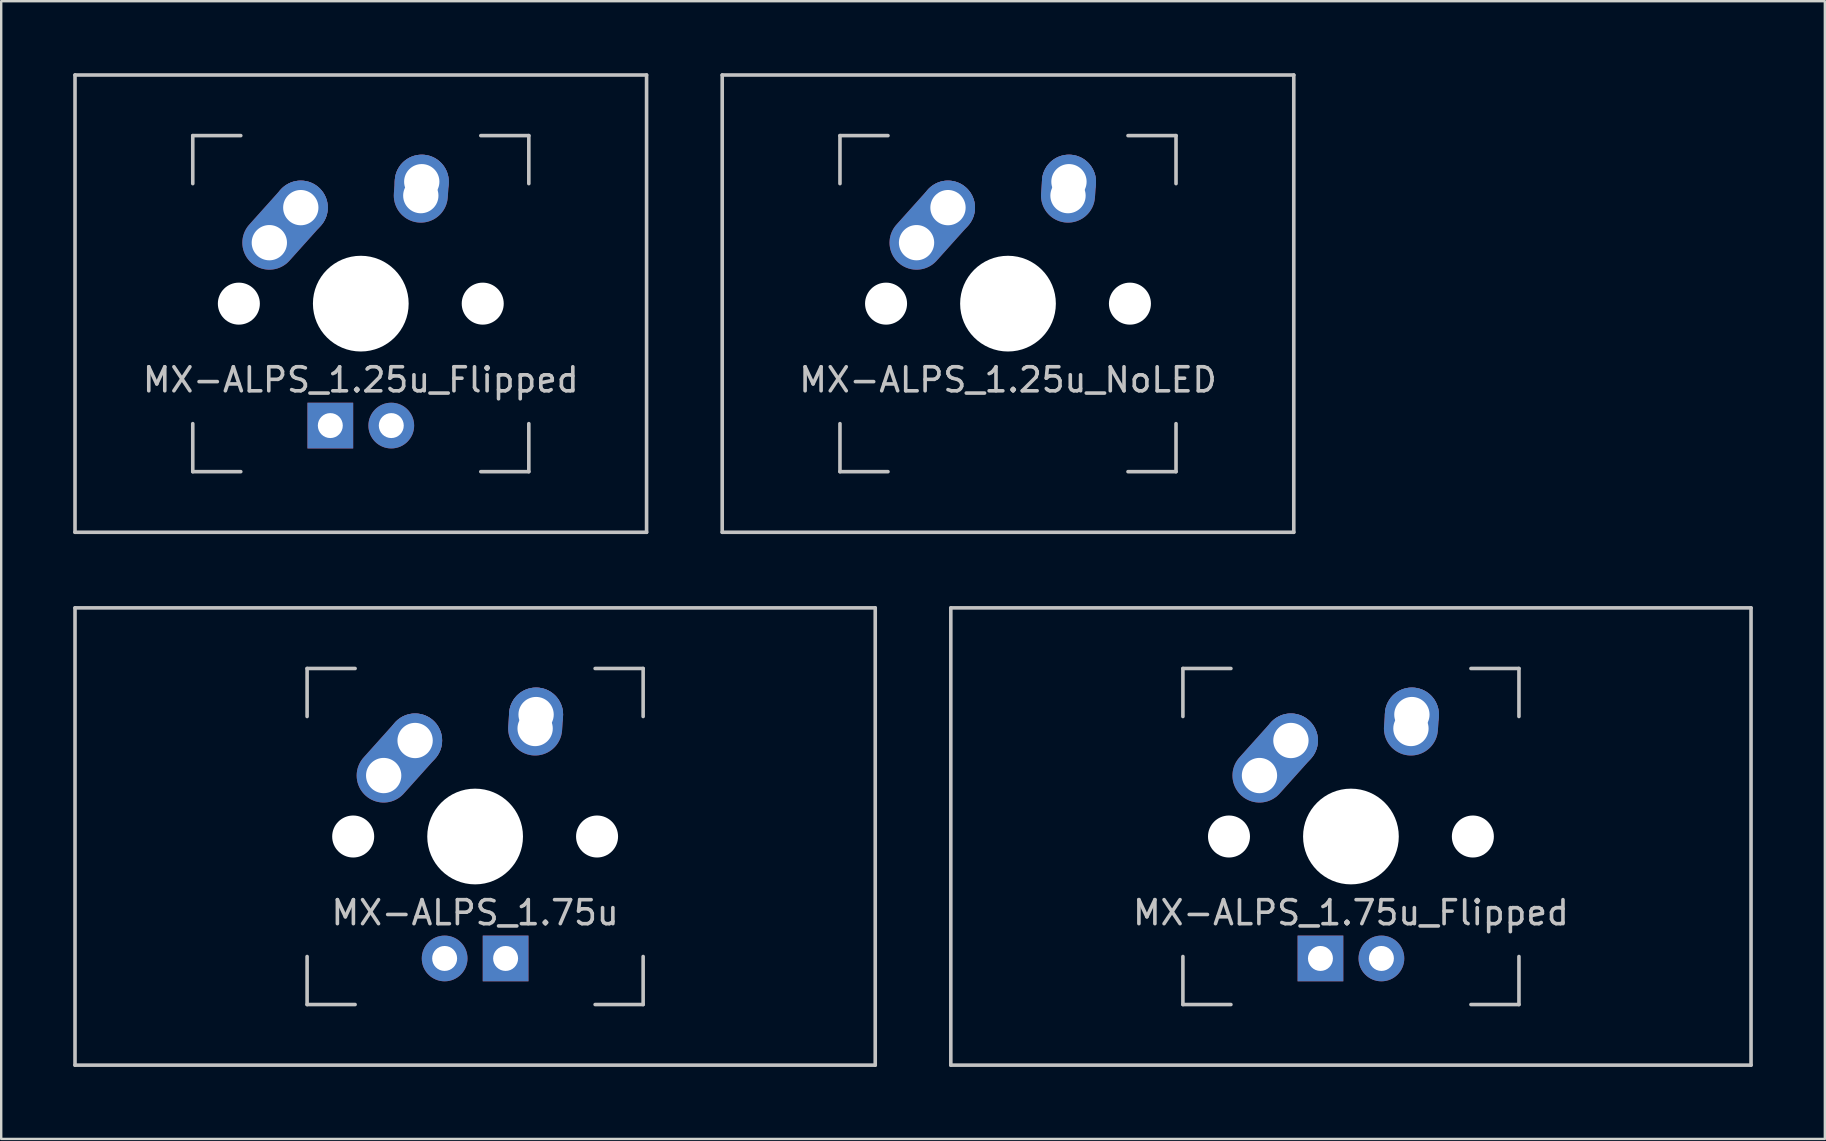
<source format=kicad_pcb>
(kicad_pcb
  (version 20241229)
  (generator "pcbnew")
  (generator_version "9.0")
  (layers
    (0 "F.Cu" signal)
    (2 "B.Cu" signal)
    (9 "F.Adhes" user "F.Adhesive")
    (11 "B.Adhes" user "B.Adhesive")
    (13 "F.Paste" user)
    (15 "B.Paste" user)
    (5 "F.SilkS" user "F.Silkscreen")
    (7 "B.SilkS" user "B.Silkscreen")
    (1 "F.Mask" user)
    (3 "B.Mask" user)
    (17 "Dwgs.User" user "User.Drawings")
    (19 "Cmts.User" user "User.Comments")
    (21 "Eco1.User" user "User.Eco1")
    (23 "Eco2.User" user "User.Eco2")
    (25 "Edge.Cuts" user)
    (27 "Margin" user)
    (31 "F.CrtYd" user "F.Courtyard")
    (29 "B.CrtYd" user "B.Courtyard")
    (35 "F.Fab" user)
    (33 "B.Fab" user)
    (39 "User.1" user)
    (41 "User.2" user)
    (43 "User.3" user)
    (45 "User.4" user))
  (footprint "MX-ALPS_1.25u_Flipped"
    (layer "F.Cu")
    (at 11.981 9.6)
    (property "Reference" "MX-ALPS_1.25u_Flipped" (at 0 3.175 0) (layer "Dwgs.User") (effects (font (size 1 1) (thickness 0.15))))
    (attr through_hole)
    (fp_line (start -11.906 -9.525) (end 11.906 -9.525) (stroke (width 0.15) (type solid)) (layer "Dwgs.User"))
    (fp_line (start -11.906 9.525) (end -11.906 -9.525) (stroke (width 0.15) (type solid)) (layer "Dwgs.User"))
    (fp_line (start -7 -7) (end -7 -5) (stroke (width 0.15) (type solid)) (layer "Dwgs.User"))
    (fp_line (start -7 5) (end -7 7) (stroke (width 0.15) (type solid)) (layer "Dwgs.User"))
    (fp_line (start -7 7) (end -5 7) (stroke (width 0.15) (type solid)) (layer "Dwgs.User"))
    (fp_line (start -5 -7) (end -7 -7) (stroke (width 0.15) (type solid)) (layer "Dwgs.User"))
    (fp_line (start 5 -7) (end 7 -7) (stroke (width 0.15) (type solid)) (layer "Dwgs.User"))
    (fp_line (start 5 7) (end 7 7) (stroke (width 0.15) (type solid)) (layer "Dwgs.User"))
    (fp_line (start 7 -7) (end 7 -5) (stroke (width 0.15) (type solid)) (layer "Dwgs.User"))
    (fp_line (start 7 7) (end 7 5) (stroke (width 0.15) (type solid)) (layer "Dwgs.User"))
    (fp_line (start 11.906 -9.525) (end 11.906 9.525) (stroke (width 0.15) (type solid)) (layer "Dwgs.User"))
    (fp_line (start 11.906 9.525) (end -11.906 9.525) (stroke (width 0.15) (type solid)) (layer "Dwgs.User"))
    (pad "" np_thru_hole circle (at -5.08 0 48.1) (size 1.75 1.75) (drill 1.75) (layers "*.Cu" "*.Mask"))
    (pad "" np_thru_hole circle (at 0 0) (size 3.988 3.988) (drill 3.988) (layers "*.Cu" "*.Mask"))
    (pad "" np_thru_hole circle (at 5.08 0 48.1) (size 1.75 1.75) (drill 1.75) (layers "*.Cu" "*.Mask"))
    (pad "1" thru_hole oval (at -3.81 -2.54 48.1) (size 4.212 2.25) (drill 1.47 (offset 0.981 0)) (layers "*.Cu" "B.Mask"))
    (pad "1" thru_hole circle (at -2.5 -4) (size 2.25 2.25) (drill 1.47) (layers "*.Cu" "B.Mask"))
    (pad "2" thru_hole oval (at 2.5 -4.5 86.055) (size 2.831 2.25) (drill 1.47 (offset 0.291 0)) (layers "*.Cu" "B.Mask"))
    (pad "2" thru_hole circle (at 2.54 -5.08) (size 2.25 2.25) (drill 1.47) (layers "*.Cu" "B.Mask"))
    (pad "3" thru_hole circle (at 1.27 5.08) (size 1.905 1.905) (drill 1.04) (layers "*.Cu" "B.Mask"))
    (pad "4" thru_hole rect (at -1.27 5.08) (size 1.905 1.905) (drill 1.04) (layers "*.Cu" "B.Mask")))
  (footprint "MX-ALPS_1.75u"
    (layer "F.Cu")
    (at 16.744 31.8)
    (property "Reference" "MX-ALPS_1.75u" (at 0 3.175 0) (layer "Dwgs.User") (effects (font (size 1 1) (thickness 0.15))))
    (attr through_hole)
    (fp_line (start -16.669 -9.525) (end 16.669 -9.525) (stroke (width 0.15) (type solid)) (layer "Dwgs.User"))
    (fp_line (start -16.669 9.525) (end -16.669 -9.525) (stroke (width 0.15) (type solid)) (layer "Dwgs.User"))
    (fp_line (start -7 -7) (end -7 -5) (stroke (width 0.15) (type solid)) (layer "Dwgs.User"))
    (fp_line (start -7 5) (end -7 7) (stroke (width 0.15) (type solid)) (layer "Dwgs.User"))
    (fp_line (start -7 7) (end -5 7) (stroke (width 0.15) (type solid)) (layer "Dwgs.User"))
    (fp_line (start -5 -7) (end -7 -7) (stroke (width 0.15) (type solid)) (layer "Dwgs.User"))
    (fp_line (start 5 -7) (end 7 -7) (stroke (width 0.15) (type solid)) (layer "Dwgs.User"))
    (fp_line (start 5 7) (end 7 7) (stroke (width 0.15) (type solid)) (layer "Dwgs.User"))
    (fp_line (start 7 -7) (end 7 -5) (stroke (width 0.15) (type solid)) (layer "Dwgs.User"))
    (fp_line (start 7 7) (end 7 5) (stroke (width 0.15) (type solid)) (layer "Dwgs.User"))
    (fp_line (start 16.669 -9.525) (end 16.669 9.525) (stroke (width 0.15) (type solid)) (layer "Dwgs.User"))
    (fp_line (start 16.669 9.525) (end -16.669 9.525) (stroke (width 0.15) (type solid)) (layer "Dwgs.User"))
    (pad "" np_thru_hole circle (at -5.08 0 48.1) (size 1.75 1.75) (drill 1.75) (layers "*.Cu" "*.Mask"))
    (pad "" np_thru_hole circle (at 0 0) (size 3.988 3.988) (drill 3.988) (layers "*.Cu" "*.Mask"))
    (pad "" np_thru_hole circle (at 5.08 0 48.1) (size 1.75 1.75) (drill 1.75) (layers "*.Cu" "*.Mask"))
    (pad "1" thru_hole oval (at -3.81 -2.54 48.1) (size 4.212 2.25) (drill 1.47 (offset 0.981 0)) (layers "*.Cu" "B.Mask"))
    (pad "1" thru_hole circle (at -2.5 -4) (size 2.25 2.25) (drill 1.47) (layers "*.Cu" "B.Mask"))
    (pad "2" thru_hole oval (at 2.5 -4.5 86.055) (size 2.831 2.25) (drill 1.47 (offset 0.291 0)) (layers "*.Cu" "B.Mask"))
    (pad "2" thru_hole circle (at 2.54 -5.08) (size 2.25 2.25) (drill 1.47) (layers "*.Cu" "B.Mask"))
    (pad "3" thru_hole circle (at -1.27 5.08) (size 1.905 1.905) (drill 1.04) (layers "*.Cu" "B.Mask"))
    (pad "4" thru_hole rect (at 1.27 5.08) (size 1.905 1.905) (drill 1.04) (layers "*.Cu" "B.Mask")))
  (footprint "MX-ALPS_1.25u_NoLED"
    (layer "F.Cu")
    (at 38.944 9.6)
    (property "Reference" "MX-ALPS_1.25u_NoLED" (at 0 3.175 0) (layer "Dwgs.User") (effects (font (size 1 1) (thickness 0.15))))
    (attr through_hole)
    (fp_line (start -11.906 -9.525) (end 11.906 -9.525) (stroke (width 0.15) (type solid)) (layer "Dwgs.User"))
    (fp_line (start -11.906 9.525) (end -11.906 -9.525) (stroke (width 0.15) (type solid)) (layer "Dwgs.User"))
    (fp_line (start -7 -7) (end -7 -5) (stroke (width 0.15) (type solid)) (layer "Dwgs.User"))
    (fp_line (start -7 5) (end -7 7) (stroke (width 0.15) (type solid)) (layer "Dwgs.User"))
    (fp_line (start -7 7) (end -5 7) (stroke (width 0.15) (type solid)) (layer "Dwgs.User"))
    (fp_line (start -5 -7) (end -7 -7) (stroke (width 0.15) (type solid)) (layer "Dwgs.User"))
    (fp_line (start 5 -7) (end 7 -7) (stroke (width 0.15) (type solid)) (layer "Dwgs.User"))
    (fp_line (start 5 7) (end 7 7) (stroke (width 0.15) (type solid)) (layer "Dwgs.User"))
    (fp_line (start 7 -7) (end 7 -5) (stroke (width 0.15) (type solid)) (layer "Dwgs.User"))
    (fp_line (start 7 7) (end 7 5) (stroke (width 0.15) (type solid)) (layer "Dwgs.User"))
    (fp_line (start 11.906 -9.525) (end 11.906 9.525) (stroke (width 0.15) (type solid)) (layer "Dwgs.User"))
    (fp_line (start 11.906 9.525) (end -11.906 9.525) (stroke (width 0.15) (type solid)) (layer "Dwgs.User"))
    (pad "" np_thru_hole circle (at -5.08 0 48.1) (size 1.75 1.75) (drill 1.75) (layers "*.Cu" "*.Mask"))
    (pad "" np_thru_hole circle (at 0 0) (size 3.988 3.988) (drill 3.988) (layers "*.Cu" "*.Mask"))
    (pad "" np_thru_hole circle (at 5.08 0 48.1) (size 1.75 1.75) (drill 1.75) (layers "*.Cu" "*.Mask"))
    (pad "1" thru_hole oval (at -3.81 -2.54 48.1) (size 4.212 2.25) (drill 1.47 (offset 0.981 0)) (layers "*.Cu" "B.Mask"))
    (pad "1" thru_hole circle (at -2.5 -4) (size 2.25 2.25) (drill 1.47) (layers "*.Cu" "B.Mask"))
    (pad "2" thru_hole oval (at 2.5 -4.5 86.055) (size 2.831 2.25) (drill 1.47 (offset 0.291 0)) (layers "*.Cu" "B.Mask"))
    (pad "2" thru_hole circle (at 2.54 -5.08) (size 2.25 2.25) (drill 1.47) (layers "*.Cu" "B.Mask")))
  (footprint "MX-ALPS_1.75u_Flipped"
    (layer "F.Cu")
    (at 53.231 31.8)
    (property "Reference" "MX-ALPS_1.75u_Flipped" (at 0 3.175 0) (layer "Dwgs.User") (effects (font (size 1 1) (thickness 0.15))))
    (attr through_hole)
    (fp_line (start -16.669 -9.525) (end 16.669 -9.525) (stroke (width 0.15) (type solid)) (layer "Dwgs.User"))
    (fp_line (start -16.669 9.525) (end -16.669 -9.525) (stroke (width 0.15) (type solid)) (layer "Dwgs.User"))
    (fp_line (start -7 -7) (end -7 -5) (stroke (width 0.15) (type solid)) (layer "Dwgs.User"))
    (fp_line (start -7 5) (end -7 7) (stroke (width 0.15) (type solid)) (layer "Dwgs.User"))
    (fp_line (start -7 7) (end -5 7) (stroke (width 0.15) (type solid)) (layer "Dwgs.User"))
    (fp_line (start -5 -7) (end -7 -7) (stroke (width 0.15) (type solid)) (layer "Dwgs.User"))
    (fp_line (start 5 -7) (end 7 -7) (stroke (width 0.15) (type solid)) (layer "Dwgs.User"))
    (fp_line (start 5 7) (end 7 7) (stroke (width 0.15) (type solid)) (layer "Dwgs.User"))
    (fp_line (start 7 -7) (end 7 -5) (stroke (width 0.15) (type solid)) (layer "Dwgs.User"))
    (fp_line (start 7 7) (end 7 5) (stroke (width 0.15) (type solid)) (layer "Dwgs.User"))
    (fp_line (start 16.669 -9.525) (end 16.669 9.525) (stroke (width 0.15) (type solid)) (layer "Dwgs.User"))
    (fp_line (start 16.669 9.525) (end -16.669 9.525) (stroke (width 0.15) (type solid)) (layer "Dwgs.User"))
    (pad "" np_thru_hole circle (at -5.08 0 48.1) (size 1.75 1.75) (drill 1.75) (layers "*.Cu" "*.Mask"))
    (pad "" np_thru_hole circle (at 0 0) (size 3.988 3.988) (drill 3.988) (layers "*.Cu" "*.Mask"))
    (pad "" np_thru_hole circle (at 5.08 0 48.1) (size 1.75 1.75) (drill 1.75) (layers "*.Cu" "*.Mask"))
    (pad "1" thru_hole oval (at -3.81 -2.54 48.1) (size 4.212 2.25) (drill 1.47 (offset 0.981 0)) (layers "*.Cu" "B.Mask"))
    (pad "1" thru_hole circle (at -2.5 -4) (size 2.25 2.25) (drill 1.47) (layers "*.Cu" "B.Mask"))
    (pad "2" thru_hole oval (at 2.5 -4.5 86.055) (size 2.831 2.25) (drill 1.47 (offset 0.291 0)) (layers "*.Cu" "B.Mask"))
    (pad "2" thru_hole circle (at 2.54 -5.08) (size 2.25 2.25) (drill 1.47) (layers "*.Cu" "B.Mask"))
    (pad "3" thru_hole circle (at 1.27 5.08) (size 1.905 1.905) (drill 1.04) (layers "*.Cu" "B.Mask"))
    (pad "4" thru_hole rect (at -1.27 5.08) (size 1.905 1.905) (drill 1.04) (layers "*.Cu" "B.Mask")))
  (gr_rect
    (start -3 -3)
    (end 72.975 44.4)
    (stroke (width 0.1) (type default))
    (fill no)
    (layer "Edge.Cuts")))
</source>
